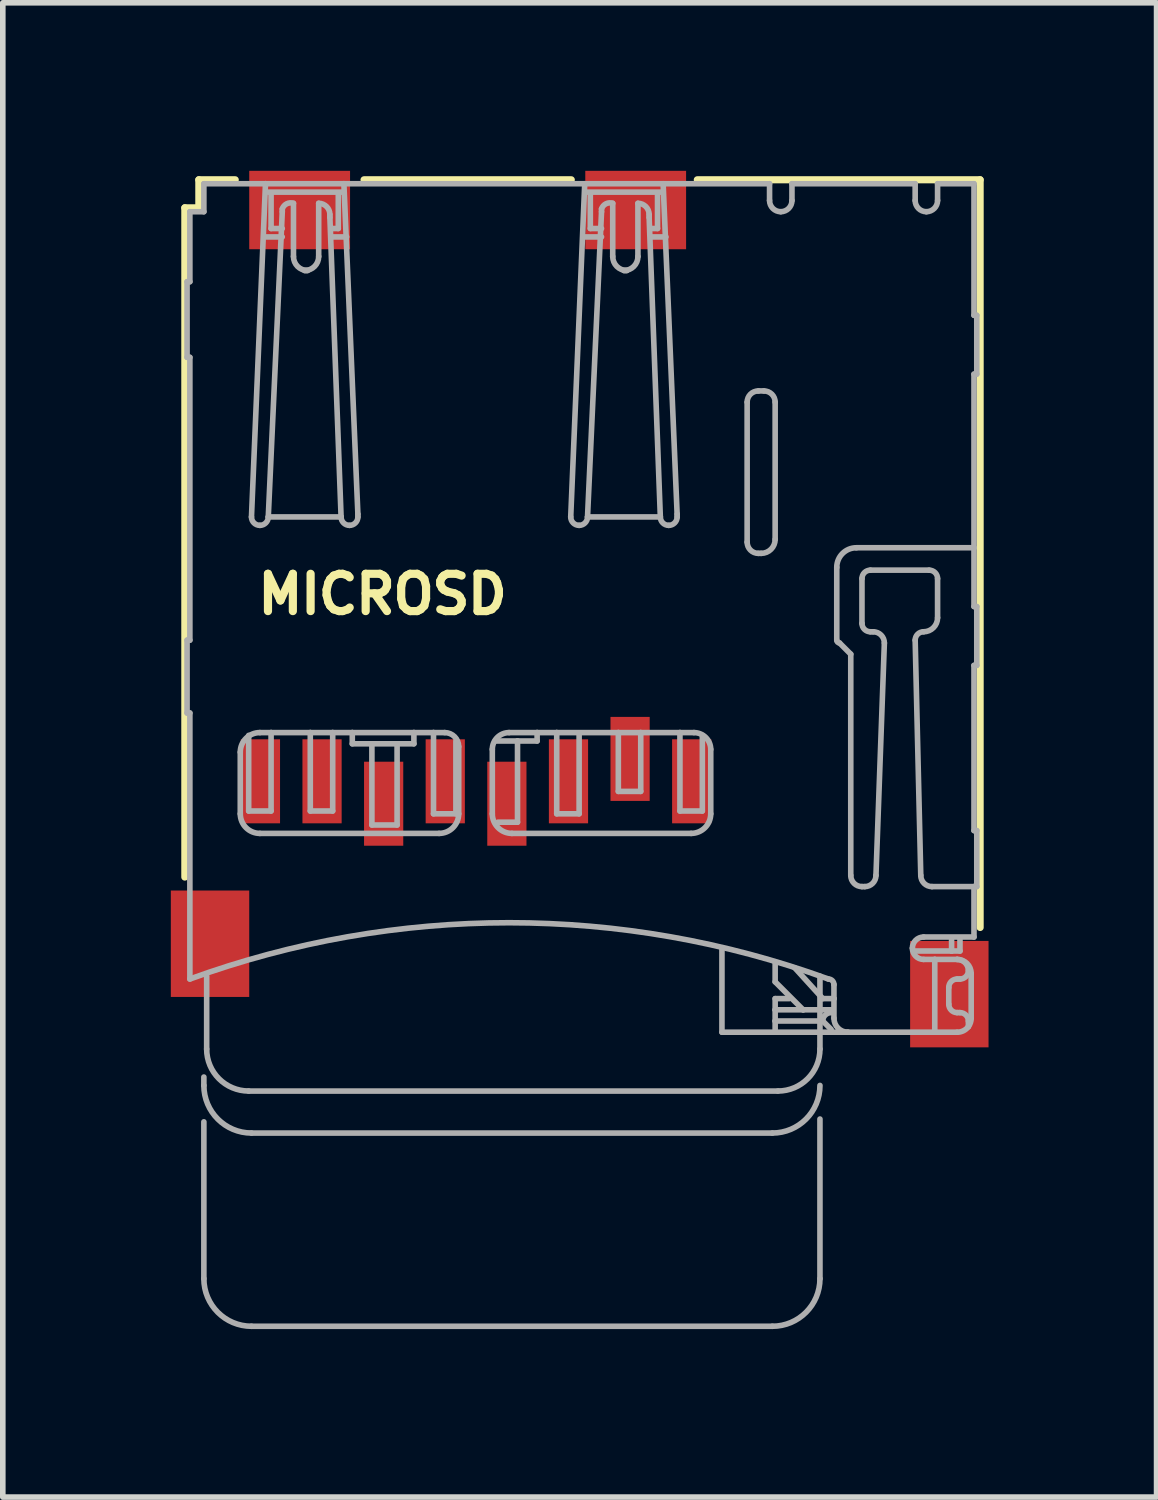
<source format=kicad_pcb>
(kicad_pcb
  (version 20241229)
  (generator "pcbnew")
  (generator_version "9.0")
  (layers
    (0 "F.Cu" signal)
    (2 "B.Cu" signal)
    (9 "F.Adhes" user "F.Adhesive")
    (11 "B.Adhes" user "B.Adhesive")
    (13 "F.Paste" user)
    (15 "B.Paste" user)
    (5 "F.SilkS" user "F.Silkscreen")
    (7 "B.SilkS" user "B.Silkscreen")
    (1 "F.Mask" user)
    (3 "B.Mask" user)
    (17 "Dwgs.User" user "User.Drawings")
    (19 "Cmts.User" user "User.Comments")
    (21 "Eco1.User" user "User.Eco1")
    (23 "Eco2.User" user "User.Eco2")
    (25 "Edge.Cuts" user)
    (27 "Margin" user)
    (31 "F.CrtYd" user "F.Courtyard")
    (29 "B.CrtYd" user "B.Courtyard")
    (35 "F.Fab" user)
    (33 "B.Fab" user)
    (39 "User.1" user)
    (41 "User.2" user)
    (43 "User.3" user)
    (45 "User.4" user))
  (footprint "MICROSD"
    (layer "F.Cu")
    (at 0.3 0.26)
    (property "Reference" "MICROSD" (at 1.18 7.69 0) (unlocked yes) (layer "F.SilkS") (effects (font (size 0.666 0.666) (thickness 0.146)) (justify left bottom)))
    (fp_line (start -0.05 0.4) (end -0.05 12.35) (stroke (width 0.127) (type solid)) (layer "F.SilkS"))
    (fp_line (start 0.2 -0.1) (end 0.2 0.4) (stroke (width 0.127) (type solid)) (layer "F.SilkS"))
    (fp_line (start 0.2 0.4) (end -0.05 0.4) (stroke (width 0.127) (type solid)) (layer "F.SilkS"))
    (fp_line (start 0.85 -0.1) (end 0.2 -0.1) (stroke (width 0.127) (type solid)) (layer "F.SilkS"))
    (fp_line (start 3.15 -0.1) (end 6.85 -0.1) (stroke (width 0.127) (type solid)) (layer "F.SilkS"))
    (fp_line (start 9.1 -0.1) (end 14.15 -0.1) (stroke (width 0.127) (type solid)) (layer "F.SilkS"))
    (fp_line (start 14.15 -0.1) (end 14.15 13.25) (stroke (width 0.127) (type solid)) (layer "F.SilkS"))
    (fp_line (start -0.01 1.72) (end -0.01 3.07) (stroke (width 0.1) (type solid)) (layer "F.Fab"))
    (fp_line (start -0.01 3.07) (end 0.04 3.07) (stroke (width 0.1) (type solid)) (layer "F.Fab"))
    (fp_line (start -0.01 8.12) (end -0.01 9.42) (stroke (width 0.1) (type solid)) (layer "F.Fab"))
    (fp_line (start -0.01 9.42) (end 0.04 9.42) (stroke (width 0.1) (type solid)) (layer "F.Fab"))
    (fp_line (start 0.04 0.47) (end 0.04 1.72) (stroke (width 0.1) (type solid)) (layer "F.Fab"))
    (fp_line (start 0.04 1.72) (end -0.01 1.72) (stroke (width 0.1) (type solid)) (layer "F.Fab"))
    (fp_line (start 0.04 3.07) (end 0.04 8.12) (stroke (width 0.1) (type solid)) (layer "F.Fab"))
    (fp_line (start 0.04 8.12) (end -0.01 8.12) (stroke (width 0.1) (type solid)) (layer "F.Fab"))
    (fp_line (start 0.04 9.42) (end 0.04 14.17) (stroke (width 0.1) (type solid)) (layer "F.Fab"))
    (fp_line (start 0.29 -0.03) (end 0.29 0.47) (stroke (width 0.1) (type solid)) (layer "F.Fab"))
    (fp_line (start 0.29 0.47) (end 0.04 0.47) (stroke (width 0.1) (type solid)) (layer "F.Fab"))
    (fp_line (start 0.29 15.92) (end 0.29 16.07) (stroke (width 0.1) (type solid)) (layer "F.Fab"))
    (fp_line (start 0.29 16.72) (end 0.29 19.52) (stroke (width 0.1) (type solid)) (layer "F.Fab"))
    (fp_line (start 0.34 14.12) (end 0.34 15.42) (stroke (width 0.1) (type solid)) (layer "F.Fab"))
    (fp_line (start 0.94 11.22) (end 0.94 10.12) (stroke (width 0.1) (type solid)) (layer "F.Fab"))
    (fp_line (start 1.09 9.82) (end 1.09 11.17) (stroke (width 0.1) (type solid)) (layer "F.Fab"))
    (fp_line (start 1.09 11.17) (end 1.49 11.17) (stroke (width 0.1) (type solid)) (layer "F.Fab"))
    (fp_line (start 1.09 16.17) (end 10.54 16.17) (stroke (width 0.1) (type solid)) (layer "F.Fab"))
    (fp_line (start 1.14 5.92) (end 1.39 -0.03) (stroke (width 0.1) (type solid)) (layer "F.Fab"))
    (fp_line (start 1.14 16.92) (end 10.44 16.92) (stroke (width 0.1) (type solid)) (layer "F.Fab"))
    (fp_line (start 1.14 20.37) (end 10.44 20.37) (stroke (width 0.1) (type solid)) (layer "F.Fab"))
    (fp_line (start 1.29 9.77) (end 1.49 9.77) (stroke (width 0.1) (type solid)) (layer "F.Fab"))
    (fp_line (start 1.39 -0.03) (end 0.29 -0.03) (stroke (width 0.1) (type solid)) (layer "F.Fab"))
    (fp_line (start 1.44 0.12) (end 2.79 0.12) (stroke (width 0.1) (type solid)) (layer "F.Fab"))
    (fp_line (start 1.44 5.92) (end 2.74 5.92) (stroke (width 0.1) (type solid)) (layer "F.Fab"))
    (fp_line (start 1.49 0.77) (end 1.49 0.17) (stroke (width 0.1) (type solid)) (layer "F.Fab"))
    (fp_line (start 1.49 9.77) (end 2.19 9.77) (stroke (width 0.1) (type solid)) (layer "F.Fab"))
    (fp_line (start 1.49 11.17) (end 1.49 9.77) (stroke (width 0.1) (type solid)) (layer "F.Fab"))
    (fp_line (start 1.69 0.42) (end 1.69 0.47) (stroke (width 0.1) (type solid)) (layer "F.Fab"))
    (fp_line (start 1.69 0.47) (end 1.44 5.92) (stroke (width 0.1) (type solid)) (layer "F.Fab"))
    (fp_line (start 1.69 0.77) (end 1.49 0.77) (stroke (width 0.1) (type solid)) (layer "F.Fab"))
    (fp_line (start 1.69 0.92) (end 1.39 0.92) (stroke (width 0.1) (type solid)) (layer "F.Fab"))
    (fp_line (start 1.89 1.27) (end 1.89 0.32) (stroke (width 0.1) (type solid)) (layer "F.Fab"))
    (fp_line (start 2.09 1.52) (end 2.14 1.52) (stroke (width 0.1) (type solid)) (layer "F.Fab"))
    (fp_line (start 2.19 9.77) (end 2.19 11.17) (stroke (width 0.1) (type solid)) (layer "F.Fab"))
    (fp_line (start 2.19 9.77) (end 2.59 9.77) (stroke (width 0.1) (type solid)) (layer "F.Fab"))
    (fp_line (start 2.19 11.17) (end 2.59 11.17) (stroke (width 0.1) (type solid)) (layer "F.Fab"))
    (fp_line (start 2.34 0.32) (end 2.34 1.27) (stroke (width 0.1) (type solid)) (layer "F.Fab"))
    (fp_line (start 2.54 0.57) (end 2.54 0.52) (stroke (width 0.1) (type solid)) (layer "F.Fab"))
    (fp_line (start 2.59 0.77) (end 2.69 0.77) (stroke (width 0.1) (type solid)) (layer "F.Fab"))
    (fp_line (start 2.59 0.92) (end 2.84 0.92) (stroke (width 0.1) (type solid)) (layer "F.Fab"))
    (fp_line (start 2.59 9.77) (end 2.94 9.77) (stroke (width 0.1) (type solid)) (layer "F.Fab"))
    (fp_line (start 2.59 11.17) (end 2.59 9.77) (stroke (width 0.1) (type solid)) (layer "F.Fab"))
    (fp_line (start 2.69 0.77) (end 2.69 0.17) (stroke (width 0.1) (type solid)) (layer "F.Fab"))
    (fp_line (start 2.74 5.92) (end 2.54 0.57) (stroke (width 0.1) (type solid)) (layer "F.Fab"))
    (fp_line (start 2.79 -0.03) (end 1.39 -0.03) (stroke (width 0.1) (type solid)) (layer "F.Fab"))
    (fp_line (start 2.79 -0.03) (end 3.04 5.87) (stroke (width 0.1) (type solid)) (layer "F.Fab"))
    (fp_line (start 2.94 9.77) (end 2.94 9.97) (stroke (width 0.1) (type solid)) (layer "F.Fab"))
    (fp_line (start 2.94 9.77) (end 4.04 9.77) (stroke (width 0.1) (type solid)) (layer "F.Fab"))
    (fp_line (start 2.94 9.97) (end 3.29 9.97) (stroke (width 0.1) (type solid)) (layer "F.Fab"))
    (fp_line (start 3.04 5.87) (end 3.04 5.92) (stroke (width 0.1) (type solid)) (layer "F.Fab"))
    (fp_line (start 3.29 9.97) (end 3.29 11.42) (stroke (width 0.1) (type solid)) (layer "F.Fab"))
    (fp_line (start 3.29 9.97) (end 3.74 9.97) (stroke (width 0.1) (type solid)) (layer "F.Fab"))
    (fp_line (start 3.29 11.42) (end 3.74 11.42) (stroke (width 0.1) (type solid)) (layer "F.Fab"))
    (fp_line (start 3.74 9.97) (end 4.04 9.97) (stroke (width 0.1) (type solid)) (layer "F.Fab"))
    (fp_line (start 3.74 11.42) (end 3.74 9.97) (stroke (width 0.1) (type solid)) (layer "F.Fab"))
    (fp_line (start 4.04 9.77) (end 4.39 9.77) (stroke (width 0.1) (type solid)) (layer "F.Fab"))
    (fp_line (start 4.04 9.97) (end 4.04 9.77) (stroke (width 0.1) (type solid)) (layer "F.Fab"))
    (fp_line (start 4.39 9.77) (end 4.39 11.22) (stroke (width 0.1) (type solid)) (layer "F.Fab"))
    (fp_line (start 4.39 9.77) (end 4.59 9.77) (stroke (width 0.1) (type solid)) (layer "F.Fab"))
    (fp_line (start 4.39 11.22) (end 4.79 11.22) (stroke (width 0.1) (type solid)) (layer "F.Fab"))
    (fp_line (start 4.49 11.57) (end 1.29 11.57) (stroke (width 0.1) (type solid)) (layer "F.Fab"))
    (fp_line (start 4.79 11.22) (end 4.79 9.92) (stroke (width 0.1) (type solid)) (layer "F.Fab"))
    (fp_line (start 4.84 10.02) (end 4.84 11.22) (stroke (width 0.1) (type solid)) (layer "F.Fab"))
    (fp_line (start 5.44 11.22) (end 5.44 10.07) (stroke (width 0.1) (type solid)) (layer "F.Fab"))
    (fp_line (start 5.49 9.92) (end 5.89 9.92) (stroke (width 0.1) (type solid)) (layer "F.Fab"))
    (fp_line (start 5.74 9.77) (end 6.24 9.77) (stroke (width 0.1) (type solid)) (layer "F.Fab"))
    (fp_line (start 5.89 9.92) (end 5.89 11.37) (stroke (width 0.1) (type solid)) (layer "F.Fab"))
    (fp_line (start 5.89 9.92) (end 6.24 9.92) (stroke (width 0.1) (type solid)) (layer "F.Fab"))
    (fp_line (start 5.89 11.37) (end 5.54 11.37) (stroke (width 0.1) (type solid)) (layer "F.Fab"))
    (fp_line (start 6.24 9.77) (end 6.59 9.77) (stroke (width 0.1) (type solid)) (layer "F.Fab"))
    (fp_line (start 6.24 9.92) (end 6.24 9.77) (stroke (width 0.1) (type solid)) (layer "F.Fab"))
    (fp_line (start 6.59 9.77) (end 6.59 11.22) (stroke (width 0.1) (type solid)) (layer "F.Fab"))
    (fp_line (start 6.59 9.77) (end 7.69 9.77) (stroke (width 0.1) (type solid)) (layer "F.Fab"))
    (fp_line (start 6.59 11.22) (end 6.99 11.22) (stroke (width 0.1) (type solid)) (layer "F.Fab"))
    (fp_line (start 6.84 5.92) (end 7.09 -0.03) (stroke (width 0.1) (type solid)) (layer "F.Fab"))
    (fp_line (start 6.99 11.22) (end 6.99 9.82) (stroke (width 0.1) (type solid)) (layer "F.Fab"))
    (fp_line (start 7.14 0.12) (end 8.49 0.12) (stroke (width 0.1) (type solid)) (layer "F.Fab"))
    (fp_line (start 7.14 5.92) (end 8.44 5.92) (stroke (width 0.1) (type solid)) (layer "F.Fab"))
    (fp_line (start 7.19 0.77) (end 7.19 0.17) (stroke (width 0.1) (type solid)) (layer "F.Fab"))
    (fp_line (start 7.39 0.42) (end 7.39 0.47) (stroke (width 0.1) (type solid)) (layer "F.Fab"))
    (fp_line (start 7.39 0.47) (end 7.14 5.92) (stroke (width 0.1) (type solid)) (layer "F.Fab"))
    (fp_line (start 7.39 0.77) (end 7.19 0.77) (stroke (width 0.1) (type solid)) (layer "F.Fab"))
    (fp_line (start 7.39 0.92) (end 7.09 0.92) (stroke (width 0.1) (type solid)) (layer "F.Fab"))
    (fp_line (start 7.59 1.27) (end 7.59 0.32) (stroke (width 0.1) (type solid)) (layer "F.Fab"))
    (fp_line (start 7.69 9.77) (end 7.69 10.82) (stroke (width 0.1) (type solid)) (layer "F.Fab"))
    (fp_line (start 7.69 9.77) (end 8.09 9.77) (stroke (width 0.1) (type solid)) (layer "F.Fab"))
    (fp_line (start 7.69 10.82) (end 8.09 10.82) (stroke (width 0.1) (type solid)) (layer "F.Fab"))
    (fp_line (start 7.79 1.52) (end 7.84 1.52) (stroke (width 0.1) (type solid)) (layer "F.Fab"))
    (fp_line (start 8.04 0.32) (end 8.04 1.27) (stroke (width 0.1) (type solid)) (layer "F.Fab"))
    (fp_line (start 8.09 9.77) (end 8.79 9.77) (stroke (width 0.1) (type solid)) (layer "F.Fab"))
    (fp_line (start 8.09 10.82) (end 8.09 9.77) (stroke (width 0.1) (type solid)) (layer "F.Fab"))
    (fp_line (start 8.24 0.57) (end 8.24 0.52) (stroke (width 0.1) (type solid)) (layer "F.Fab"))
    (fp_line (start 8.29 0.77) (end 8.39 0.77) (stroke (width 0.1) (type solid)) (layer "F.Fab"))
    (fp_line (start 8.29 0.92) (end 8.54 0.92) (stroke (width 0.1) (type solid)) (layer "F.Fab"))
    (fp_line (start 8.39 0.77) (end 8.39 0.17) (stroke (width 0.1) (type solid)) (layer "F.Fab"))
    (fp_line (start 8.44 5.92) (end 8.24 0.57) (stroke (width 0.1) (type solid)) (layer "F.Fab"))
    (fp_line (start 8.49 -0.03) (end 8.74 5.87) (stroke (width 0.1) (type solid)) (layer "F.Fab"))
    (fp_line (start 8.74 5.87) (end 8.74 5.92) (stroke (width 0.1) (type solid)) (layer "F.Fab"))
    (fp_line (start 8.79 9.77) (end 8.79 11.17) (stroke (width 0.1) (type solid)) (layer "F.Fab"))
    (fp_line (start 8.79 9.77) (end 9.04 9.77) (stroke (width 0.1) (type solid)) (layer "F.Fab"))
    (fp_line (start 8.79 11.17) (end 9.19 11.17) (stroke (width 0.1) (type solid)) (layer "F.Fab"))
    (fp_line (start 8.99 11.57) (end 5.79 11.57) (stroke (width 0.1) (type solid)) (layer "F.Fab"))
    (fp_line (start 9.19 11.17) (end 9.19 9.82) (stroke (width 0.1) (type solid)) (layer "F.Fab"))
    (fp_line (start 9.34 10.07) (end 9.34 11.22) (stroke (width 0.1) (type solid)) (layer "F.Fab"))
    (fp_line (start 9.54 15.12) (end 9.54 13.62) (stroke (width 0.1) (type solid)) (layer "F.Fab"))
    (fp_line (start 9.99 6.37) (end 9.99 3.87) (stroke (width 0.1) (type solid)) (layer "F.Fab"))
    (fp_line (start 10.19 3.67) (end 10.29 3.67) (stroke (width 0.1) (type solid)) (layer "F.Fab"))
    (fp_line (start 10.24 6.57) (end 10.19 6.57) (stroke (width 0.1) (type solid)) (layer "F.Fab"))
    (fp_line (start 10.39 -0.03) (end 2.79 -0.03) (stroke (width 0.1) (type solid)) (layer "F.Fab"))
    (fp_line (start 10.39 0.27) (end 10.39 -0.03) (stroke (width 0.1) (type solid)) (layer "F.Fab"))
    (fp_line (start 10.49 3.87) (end 10.49 6.32) (stroke (width 0.1) (type solid)) (layer "F.Fab"))
    (fp_line (start 10.49 13.87) (end 10.49 14.22) (stroke (width 0.1) (type solid)) (layer "F.Fab"))
    (fp_line (start 10.49 14.22) (end 10.99 14.72) (stroke (width 0.1) (type solid)) (layer "F.Fab"))
    (fp_line (start 10.49 14.52) (end 10.74 14.52) (stroke (width 0.1) (type solid)) (layer "F.Fab"))
    (fp_line (start 10.49 14.72) (end 10.49 14.52) (stroke (width 0.1) (type solid)) (layer "F.Fab"))
    (fp_line (start 10.49 14.92) (end 10.49 14.72) (stroke (width 0.1) (type solid)) (layer "F.Fab"))
    (fp_line (start 10.49 14.92) (end 11.34 14.92) (stroke (width 0.1) (type solid)) (layer "F.Fab"))
    (fp_line (start 10.49 15.12) (end 9.54 15.12) (stroke (width 0.1) (type solid)) (layer "F.Fab"))
    (fp_line (start 10.49 15.12) (end 10.49 14.92) (stroke (width 0.1) (type solid)) (layer "F.Fab"))
    (fp_line (start 10.79 -0.03) (end 10.79 0.27) (stroke (width 0.1) (type solid)) (layer "F.Fab"))
    (fp_line (start 10.99 14.72) (end 10.49 14.72) (stroke (width 0.1) (type solid)) (layer "F.Fab"))
    (fp_line (start 10.99 14.72) (end 11.49 14.72) (stroke (width 0.1) (type solid)) (layer "F.Fab"))
    (fp_line (start 11.29 15.42) (end 11.29 14.12) (stroke (width 0.1) (type solid)) (layer "F.Fab"))
    (fp_line (start 11.29 19.52) (end 11.29 16.67) (stroke (width 0.1) (type solid)) (layer "F.Fab"))
    (fp_line (start 11.34 14.52) (end 10.84 13.97) (stroke (width 0.1) (type solid)) (layer "F.Fab"))
    (fp_line (start 11.49 15.07) (end 11.34 14.92) (stroke (width 0.1) (type solid)) (layer "F.Fab"))
    (fp_line (start 11.54 14.27) (end 11.54 14.52) (stroke (width 0.1) (type solid)) (layer "F.Fab"))
    (fp_line (start 11.54 14.52) (end 11.34 14.52) (stroke (width 0.1) (type solid)) (layer "F.Fab"))
    (fp_line (start 11.54 14.52) (end 11.54 14.87) (stroke (width 0.1) (type solid)) (layer "F.Fab"))
    (fp_line (start 11.59 8.12) (end 11.59 6.82) (stroke (width 0.1) (type solid)) (layer "F.Fab"))
    (fp_line (start 11.79 15.12) (end 10.49 15.12) (stroke (width 0.1) (type solid)) (layer "F.Fab"))
    (fp_line (start 11.79 15.12) (end 13.34 15.12) (stroke (width 0.1) (type solid)) (layer "F.Fab"))
    (fp_line (start 11.84 8.37) (end 11.64 8.17) (stroke (width 0.1) (type solid)) (layer "F.Fab"))
    (fp_line (start 11.84 12.32) (end 11.84 8.37) (stroke (width 0.1) (type solid)) (layer "F.Fab"))
    (fp_line (start 11.94 6.47) (end 14.04 6.47) (stroke (width 0.1) (type solid)) (layer "F.Fab"))
    (fp_line (start 12.04 7.02) (end 12.04 7.82) (stroke (width 0.1) (type solid)) (layer "F.Fab"))
    (fp_line (start 12.09 12.52) (end 12.04 12.52) (stroke (width 0.1) (type solid)) (layer "F.Fab"))
    (fp_line (start 12.19 7.97) (end 12.24 7.97) (stroke (width 0.1) (type solid)) (layer "F.Fab"))
    (fp_line (start 12.44 8.17) (end 12.29 12.32) (stroke (width 0.1) (type solid)) (layer "F.Fab"))
    (fp_line (start 12.99 -0.03) (end 10.79 -0.03) (stroke (width 0.1) (type solid)) (layer "F.Fab"))
    (fp_line (start 12.99 0.27) (end 12.99 -0.03) (stroke (width 0.1) (type solid)) (layer "F.Fab"))
    (fp_line (start 12.99 13.67) (end 13.64 13.67) (stroke (width 0.1) (type solid)) (layer "F.Fab"))
    (fp_line (start 13.09 12.32) (end 12.99 8.12) (stroke (width 0.1) (type solid)) (layer "F.Fab"))
    (fp_line (start 13.14 13.42) (end 14.04 13.42) (stroke (width 0.1) (type solid)) (layer "F.Fab"))
    (fp_line (start 13.24 6.87) (end 12.19 6.87) (stroke (width 0.1) (type solid)) (layer "F.Fab"))
    (fp_line (start 13.34 13.82) (end 13.14 13.82) (stroke (width 0.1) (type solid)) (layer "F.Fab"))
    (fp_line (start 13.34 13.82) (end 13.34 15.12) (stroke (width 0.1) (type solid)) (layer "F.Fab"))
    (fp_line (start 13.34 15.12) (end 13.74 15.12) (stroke (width 0.1) (type solid)) (layer "F.Fab"))
    (fp_line (start 13.39 -0.03) (end 13.39 0.27) (stroke (width 0.1) (type solid)) (layer "F.Fab"))
    (fp_line (start 13.39 7.72) (end 13.39 7.02) (stroke (width 0.1) (type solid)) (layer "F.Fab"))
    (fp_line (start 13.59 14.62) (end 13.59 14.32) (stroke (width 0.1) (type solid)) (layer "F.Fab"))
    (fp_line (start 13.64 13.67) (end 13.64 13.47) (stroke (width 0.1) (type solid)) (layer "F.Fab"))
    (fp_line (start 13.64 13.67) (end 13.79 13.67) (stroke (width 0.1) (type solid)) (layer "F.Fab"))
    (fp_line (start 13.74 13.82) (end 13.34 13.82) (stroke (width 0.1) (type solid)) (layer "F.Fab"))
    (fp_line (start 13.74 14.17) (end 13.79 14.17) (stroke (width 0.1) (type solid)) (layer "F.Fab"))
    (fp_line (start 13.79 13.47) (end 13.79 13.67) (stroke (width 0.1) (type solid)) (layer "F.Fab"))
    (fp_line (start 13.79 14.77) (end 13.74 14.77) (stroke (width 0.1) (type solid)) (layer "F.Fab"))
    (fp_line (start 13.94 15.02) (end 13.94 14.92) (stroke (width 0.1) (type solid)) (layer "F.Fab"))
    (fp_line (start 13.99 14.87) (end 13.99 14.07) (stroke (width 0.1) (type solid)) (layer "F.Fab"))
    (fp_line (start 14.04 -0.03) (end 13.39 -0.03) (stroke (width 0.1) (type solid)) (layer "F.Fab"))
    (fp_line (start 14.04 2.32) (end 14.04 -0.03) (stroke (width 0.1) (type solid)) (layer "F.Fab"))
    (fp_line (start 14.04 3.37) (end 14.09 3.37) (stroke (width 0.1) (type solid)) (layer "F.Fab"))
    (fp_line (start 14.04 6.47) (end 14.04 3.37) (stroke (width 0.1) (type solid)) (layer "F.Fab"))
    (fp_line (start 14.04 7.52) (end 14.04 6.47) (stroke (width 0.1) (type solid)) (layer "F.Fab"))
    (fp_line (start 14.04 8.57) (end 14.09 8.57) (stroke (width 0.1) (type solid)) (layer "F.Fab"))
    (fp_line (start 14.04 11.52) (end 14.04 8.57) (stroke (width 0.1) (type solid)) (layer "F.Fab"))
    (fp_line (start 14.04 12.52) (end 13.29 12.52) (stroke (width 0.1) (type solid)) (layer "F.Fab"))
    (fp_line (start 14.04 12.52) (end 14.09 12.52) (stroke (width 0.1) (type solid)) (layer "F.Fab"))
    (fp_line (start 14.04 13.42) (end 14.04 12.52) (stroke (width 0.1) (type solid)) (layer "F.Fab"))
    (fp_line (start 14.09 2.32) (end 14.04 2.32) (stroke (width 0.1) (type solid)) (layer "F.Fab"))
    (fp_line (start 14.09 3.37) (end 14.09 2.32) (stroke (width 0.1) (type solid)) (layer "F.Fab"))
    (fp_line (start 14.09 7.52) (end 14.04 7.52) (stroke (width 0.1) (type solid)) (layer "F.Fab"))
    (fp_line (start 14.09 8.57) (end 14.09 7.52) (stroke (width 0.1) (type solid)) (layer "F.Fab"))
    (fp_line (start 14.09 11.52) (end 14.04 11.52) (stroke (width 0.1) (type solid)) (layer "F.Fab"))
    (fp_line (start 14.09 12.52) (end 14.09 11.52) (stroke (width 0.1) (type solid)) (layer "F.Fab"))
    (fp_arc (start 0.04 14.17) (mid 5.74 13.164936) (end 11.44 14.17) (stroke (width 0.1) (type solid)) (layer "F.Fab"))
    (fp_arc (start 0.94 10.12) (mid 1.042513 9.872513) (end 1.29 9.77) (stroke (width 0.1) (type solid)) (layer "F.Fab"))
    (fp_arc (start 1.09 16.17) (mid 0.55967 15.95033) (end 0.34 15.42) (stroke (width 0.1) (type solid)) (layer "F.Fab"))
    (fp_arc (start 1.14 16.92) (mid 0.538959 16.671041) (end 0.29 16.07) (stroke (width 0.1) (type solid)) (layer "F.Fab"))
    (fp_arc (start 1.14 20.37) (mid 0.538959 20.121041) (end 0.29 19.52) (stroke (width 0.1) (type solid)) (layer "F.Fab"))
    (fp_arc (start 1.29 6.07) (mid 1.183934 6.026066) (end 1.14 5.92) (stroke (width 0.1) (type solid)) (layer "F.Fab"))
    (fp_arc (start 1.29 11.57) (mid 1.042513 11.467487) (end 0.94 11.22) (stroke (width 0.1) (type solid)) (layer "F.Fab"))
    (fp_arc (start 1.44 5.92) (mid 1.396066 6.026066) (end 1.29 6.07) (stroke (width 0.1) (type solid)) (layer "F.Fab"))
    (fp_arc (start 1.69 0.42) (mid 1.769289 0.328579) (end 1.89 0.32) (stroke (width 0.1) (type solid)) (layer "F.Fab"))
    (fp_arc (start 2.14 1.52) (mid 1.963223 1.446777) (end 1.89 1.27) (stroke (width 0.1) (type solid)) (layer "F.Fab"))
    (fp_arc (start 2.34 0.32) (mid 2.481421 0.378579) (end 2.54 0.52) (stroke (width 0.1) (type solid)) (layer "F.Fab"))
    (fp_arc (start 2.34 1.27) (mid 2.266777 1.446777) (end 2.09 1.52) (stroke (width 0.1) (type solid)) (layer "F.Fab"))
    (fp_arc (start 2.89 6.07) (mid 2.783934 6.026066) (end 2.74 5.92) (stroke (width 0.1) (type solid)) (layer "F.Fab"))
    (fp_arc (start 3.04 5.92) (mid 2.996066 6.026066) (end 2.89 6.07) (stroke (width 0.1) (type solid)) (layer "F.Fab"))
    (fp_arc (start 4.59 9.77) (mid 4.766777 9.843223) (end 4.84 10.02) (stroke (width 0.1) (type solid)) (layer "F.Fab"))
    (fp_arc (start 4.84 11.22) (mid 4.737487 11.467487) (end 4.49 11.57) (stroke (width 0.1) (type solid)) (layer "F.Fab"))
    (fp_arc (start 5.44 10.07) (mid 5.527868 9.857868) (end 5.74 9.77) (stroke (width 0.1) (type solid)) (layer "F.Fab"))
    (fp_arc (start 5.79 11.57) (mid 5.542513 11.467487) (end 5.44 11.22) (stroke (width 0.1) (type solid)) (layer "F.Fab"))
    (fp_arc (start 6.99 6.07) (mid 6.883934 6.026066) (end 6.84 5.92) (stroke (width 0.1) (type solid)) (layer "F.Fab"))
    (fp_arc (start 7.14 5.92) (mid 7.096066 6.026066) (end 6.99 6.07) (stroke (width 0.1) (type solid)) (layer "F.Fab"))
    (fp_arc (start 7.39 0.42) (mid 7.469289 0.328579) (end 7.59 0.32) (stroke (width 0.1) (type solid)) (layer "F.Fab"))
    (fp_arc (start 7.84 1.52) (mid 7.663223 1.446777) (end 7.59 1.27) (stroke (width 0.1) (type solid)) (layer "F.Fab"))
    (fp_arc (start 8.04 0.32) (mid 8.181421 0.378579) (end 8.24 0.52) (stroke (width 0.1) (type solid)) (layer "F.Fab"))
    (fp_arc (start 8.04 1.27) (mid 7.966777 1.446777) (end 7.79 1.52) (stroke (width 0.1) (type solid)) (layer "F.Fab"))
    (fp_arc (start 8.59 6.07) (mid 8.483934 6.026066) (end 8.44 5.92) (stroke (width 0.1) (type solid)) (layer "F.Fab"))
    (fp_arc (start 8.74 5.92) (mid 8.696066 6.026066) (end 8.59 6.07) (stroke (width 0.1) (type solid)) (layer "F.Fab"))
    (fp_arc (start 9.04 9.77) (mid 9.252132 9.857868) (end 9.34 10.07) (stroke (width 0.1) (type solid)) (layer "F.Fab"))
    (fp_arc (start 9.34 11.22) (mid 9.237487 11.467487) (end 8.99 11.57) (stroke (width 0.1) (type solid)) (layer "F.Fab"))
    (fp_arc (start 9.99 3.87) (mid 10.048579 3.728579) (end 10.19 3.67) (stroke (width 0.1) (type solid)) (layer "F.Fab"))
    (fp_arc (start 10.19 6.57) (mid 10.048579 6.511421) (end 9.99 6.37) (stroke (width 0.1) (type solid)) (layer "F.Fab"))
    (fp_arc (start 10.29 3.67) (mid 10.431421 3.728579) (end 10.49 3.87) (stroke (width 0.1) (type solid)) (layer "F.Fab"))
    (fp_arc (start 10.49 6.32) (mid 10.416777 6.496777) (end 10.24 6.57) (stroke (width 0.1) (type solid)) (layer "F.Fab"))
    (fp_arc (start 10.59 0.47) (mid 10.448579 0.411421) (end 10.39 0.27) (stroke (width 0.1) (type solid)) (layer "F.Fab"))
    (fp_arc (start 10.79 0.27) (mid 10.731421 0.411421) (end 10.59 0.47) (stroke (width 0.1) (type solid)) (layer "F.Fab"))
    (fp_arc (start 11.29 15.42) (mid 11.07033 15.95033) (end 10.54 16.17) (stroke (width 0.1) (type solid)) (layer "F.Fab"))
    (fp_arc (start 11.29 16.07) (mid 11.041041 16.671041) (end 10.44 16.92) (stroke (width 0.1) (type solid)) (layer "F.Fab"))
    (fp_arc (start 11.29 19.52) (mid 11.041041 20.121041) (end 10.44 20.37) (stroke (width 0.1) (type solid)) (layer "F.Fab"))
    (fp_arc (start 11.34 14.92) (mid 11.383934 14.813934) (end 11.49 14.77) (stroke (width 0.1) (type solid)) (layer "F.Fab"))
    (fp_arc (start 11.44 14.17) (mid 11.510711 14.199289) (end 11.54 14.27) (stroke (width 0.1) (type solid)) (layer "F.Fab"))
    (fp_arc (start 11.59 6.82) (mid 11.692513 6.572513) (end 11.94 6.47) (stroke (width 0.1) (type solid)) (layer "F.Fab"))
    (fp_arc (start 11.64 8.17) (mid 11.604645 8.155355) (end 11.59 8.12) (stroke (width 0.1) (type solid)) (layer "F.Fab"))
    (fp_arc (start 11.79 15.12) (mid 11.613223 15.046777) (end 11.54 14.87) (stroke (width 0.1) (type solid)) (layer "F.Fab"))
    (fp_arc (start 12.04 7.02) (mid 12.083934 6.913934) (end 12.19 6.87) (stroke (width 0.1) (type solid)) (layer "F.Fab"))
    (fp_arc (start 12.04 12.52) (mid 11.898579 12.461421) (end 11.84 12.32) (stroke (width 0.1) (type solid)) (layer "F.Fab"))
    (fp_arc (start 12.19 7.97) (mid 12.083934 7.926066) (end 12.04 7.82) (stroke (width 0.1) (type solid)) (layer "F.Fab"))
    (fp_arc (start 12.24 7.97) (mid 12.381421 8.028579) (end 12.44 8.17) (stroke (width 0.1) (type solid)) (layer "F.Fab"))
    (fp_arc (start 12.29 12.32) (mid 12.231421 12.461421) (end 12.09 12.52) (stroke (width 0.1) (type solid)) (layer "F.Fab"))
    (fp_arc (start 12.94 13.62) (mid 12.998579 13.478579) (end 13.14 13.42) (stroke (width 0.1) (type solid)) (layer "F.Fab"))
    (fp_arc (start 12.99 8.12) (mid 13.033934 8.013934) (end 13.14 7.97) (stroke (width 0.1) (type solid)) (layer "F.Fab"))
    (fp_arc (start 13.14 13.82) (mid 12.998579 13.761421) (end 12.94 13.62) (stroke (width 0.1) (type solid)) (layer "F.Fab"))
    (fp_arc (start 13.19 0.47) (mid 13.048579 0.411421) (end 12.99 0.27) (stroke (width 0.1) (type solid)) (layer "F.Fab"))
    (fp_arc (start 13.24 6.87) (mid 13.346066 6.913934) (end 13.39 7.02) (stroke (width 0.1) (type solid)) (layer "F.Fab"))
    (fp_arc (start 13.29 12.52) (mid 13.148579 12.461421) (end 13.09 12.32) (stroke (width 0.1) (type solid)) (layer "F.Fab"))
    (fp_arc (start 13.39 0.27) (mid 13.331421 0.411421) (end 13.19 0.47) (stroke (width 0.1) (type solid)) (layer "F.Fab"))
    (fp_arc (start 13.39 7.72) (mid 13.316777 7.896777) (end 13.14 7.97) (stroke (width 0.1) (type solid)) (layer "F.Fab"))
    (fp_arc (start 13.59 14.32) (mid 13.633934 14.213934) (end 13.74 14.17) (stroke (width 0.1) (type solid)) (layer "F.Fab"))
    (fp_arc (start 13.74 13.82) (mid 13.881421 13.878579) (end 13.94 14.02) (stroke (width 0.1) (type solid)) (layer "F.Fab"))
    (fp_arc (start 13.74 13.82) (mid 13.916777 13.893223) (end 13.99 14.07) (stroke (width 0.1) (type solid)) (layer "F.Fab"))
    (fp_arc (start 13.74 14.77) (mid 13.633934 14.726066) (end 13.59 14.62) (stroke (width 0.1) (type solid)) (layer "F.Fab"))
    (fp_arc (start 13.79 14.77) (mid 13.896066 14.813934) (end 13.94 14.92) (stroke (width 0.1) (type solid)) (layer "F.Fab"))
    (fp_arc (start 13.94 14.02) (mid 13.896066 14.126066) (end 13.79 14.17) (stroke (width 0.1) (type solid)) (layer "F.Fab"))
    (fp_arc (start 13.94 15.019999) (mid 13.851803 15.093606) (end 13.74 15.12) (stroke (width 0.1) (type solid)) (layer "F.Fab"))
    (fp_arc (start 13.99 14.87) (mid 13.977171 14.949057) (end 13.94 15.02) (stroke (width 0.1) (type solid)) (layer "F.Fab"))
    (pad "1" smd rect (at 9 10.64) (size 0.7 1.5) (layers "F.Cu" "F.Mask" "F.Paste"))
    (pad "2" smd rect (at 7.9 10.24) (size 0.7 1.5) (layers "F.Cu" "F.Mask" "F.Paste"))
    (pad "3" smd rect (at 6.8 10.64) (size 0.7 1.5) (layers "F.Cu" "F.Mask" "F.Paste"))
    (pad "4" smd rect (at 5.7 11.04) (size 0.7 1.5) (layers "F.Cu" "F.Mask" "F.Paste"))
    (pad "5" smd rect (at 4.6 10.64) (size 0.7 1.5) (layers "F.Cu" "F.Mask" "F.Paste"))
    (pad "6" smd rect (at 3.5 11.04) (size 0.7 1.5) (layers "F.Cu" "F.Mask" "F.Paste"))
    (pad "7" smd rect (at 2.4 10.64) (size 0.7 1.5) (layers "F.Cu" "F.Mask" "F.Paste"))
    (pad "8" smd rect (at 1.3 10.64) (size 0.7 1.5) (layers "F.Cu" "F.Mask" "F.Paste"))
    (pad "CD1" smd rect (at 2 0.44 90) (size 1.4 1.8) (layers "F.Cu" "F.Mask" "F.Paste"))
    (pad "CD2" smd rect (at 8 0.44 90) (size 1.4 1.8) (layers "F.Cu" "F.Mask" "F.Paste"))
    (pad "MT1" smd rect (at 0.4 13.54) (size 1.4 1.9) (layers "F.Cu" "F.Mask" "F.Paste"))
    (pad "MT2" smd rect (at 13.6 14.44) (size 1.4 1.9) (layers "F.Cu" "F.Mask" "F.Paste")))
  (gr_rect
    (start -3 -3)
    (end 17.6 23.68)
    (stroke (width 0.1) (type default))
    (fill no)
    (layer "Edge.Cuts")))
</source>
